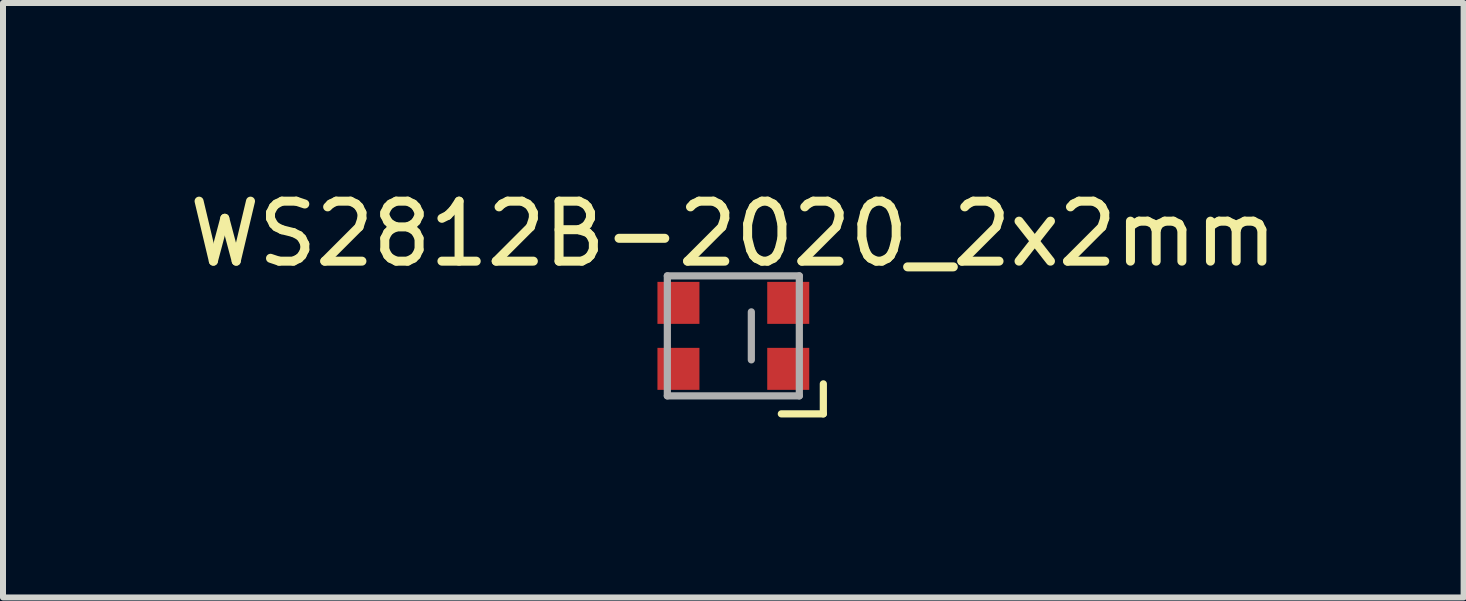
<source format=kicad_pcb>
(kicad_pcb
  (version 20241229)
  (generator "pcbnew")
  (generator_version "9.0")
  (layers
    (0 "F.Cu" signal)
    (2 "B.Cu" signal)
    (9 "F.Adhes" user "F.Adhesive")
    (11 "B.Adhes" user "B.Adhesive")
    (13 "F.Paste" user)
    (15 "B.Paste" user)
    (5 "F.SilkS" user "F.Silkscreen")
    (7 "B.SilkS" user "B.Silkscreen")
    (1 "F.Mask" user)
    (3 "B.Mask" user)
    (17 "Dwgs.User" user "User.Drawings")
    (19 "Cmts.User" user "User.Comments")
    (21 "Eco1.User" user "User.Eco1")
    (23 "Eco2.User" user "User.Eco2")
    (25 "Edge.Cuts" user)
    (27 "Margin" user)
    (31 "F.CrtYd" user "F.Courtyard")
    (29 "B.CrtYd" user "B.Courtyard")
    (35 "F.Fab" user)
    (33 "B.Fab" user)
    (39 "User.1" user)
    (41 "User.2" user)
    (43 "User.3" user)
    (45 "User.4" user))
  (footprint "WS2812B-2020_2x2mm"
    (layer "F.Cu")
    (at 9.173 2.548)
    (property "Reference" "WS2812B-2020_2x2mm" (at 0 -1.7 0) (layer "F.SilkS") (effects (font (size 1 1) (thickness 0.15))))
    (attr through_hole)
    (fp_line (start 1.5 0.8) (end 1.5 1.3) (stroke (width 0.12) (type solid)) (layer "F.SilkS"))
    (fp_line (start 1.5 1.3) (end 0.8 1.3) (stroke (width 0.12) (type solid)) (layer "F.SilkS"))
    (fp_line (start -1.1 -1) (end -1.1 1) (stroke (width 0.12) (type solid)) (layer "F.Fab"))
    (fp_line (start -1.1 1) (end 1.1 1) (stroke (width 0.12) (type solid)) (layer "F.Fab"))
    (fp_line (start 0.3 -0.4) (end 0.3 0.4) (stroke (width 0.12) (type solid)) (layer "F.Fab"))
    (fp_line (start 1.1 -1) (end -1.1 -1) (stroke (width 0.12) (type solid)) (layer "F.Fab"))
    (fp_line (start 1.1 1) (end 1.1 -1) (stroke (width 0.12) (type solid)) (layer "F.Fab"))
    (pad "1" smd rect (at 0.915 0.55 180) (size 0.7 0.7) (layers "F.Cu" "F.Mask" "F.Paste"))
    (pad "2" smd rect (at 0.915 -0.55 180) (size 0.7 0.7) (layers "F.Cu" "F.Mask" "F.Paste"))
    (pad "3" smd rect (at -0.915 -0.55) (size 0.7 0.7) (layers "F.Cu" "F.Mask" "F.Paste"))
    (pad "4" smd rect (at -0.915 0.55) (size 0.7 0.7) (layers "F.Cu" "F.Mask" "F.Paste")))
  (gr_rect
    (start -3 -3)
    (end 21.345 6.908)
    (stroke (width 0.1) (type default))
    (fill no)
    (layer "Edge.Cuts")))
</source>
